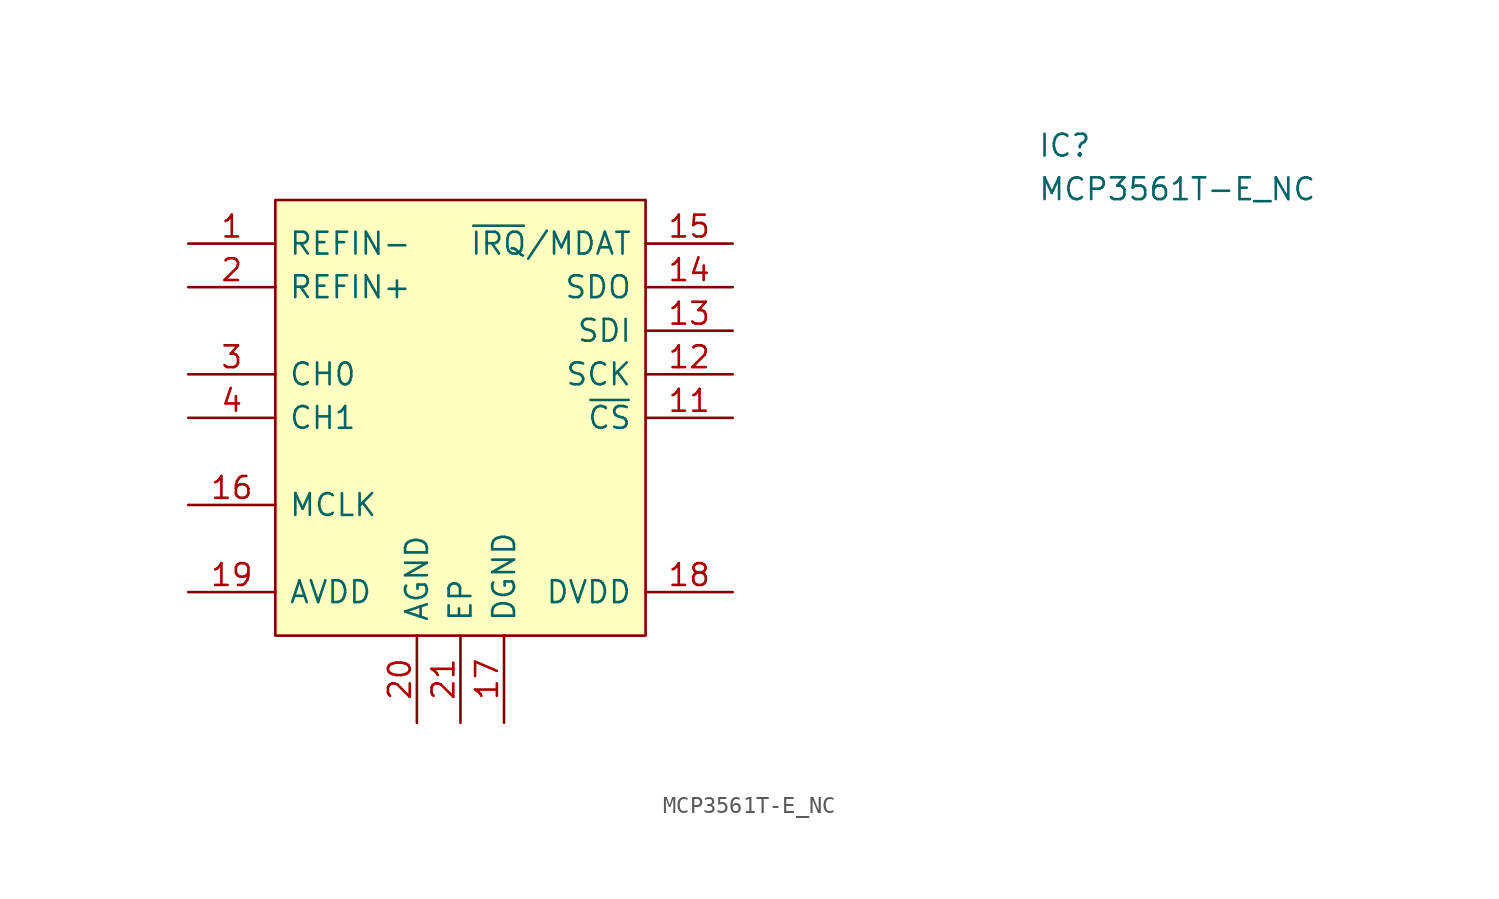
<source format=kicad_sym>
(kicad_symbol_lib
  (version 20211014)
  (generator kicad_symbol_editor)
  (symbol "MCP3561T-E_NC"
    (pin_names
      (offset 0.762))
    (property "Reference" "IC"
      (at 34.29 15.24 0)
      (effects (font (size 1.27 1.27)) (justify left)))
    (property "Value" "MCP3561T-E_NC"
      (at 34.29 12.7 0)
      (effects (font (size 1.27 1.27)) (justify left)))
    (symbol "MCP3561T-E_NC_0_0"
      (pin passive line (at -15.24 9.525 0) (length 5.08) (name "REFIN-" (effects (font (size 1.27 1.27)))) (number "1" (effects (font (size 1.27 1.27)))))
      (pin passive line (at 16.51 -0.635 180) (length 5.08) (name "~{CS}" (effects (font (size 1.27 1.27)))) (number "11" (effects (font (size 1.27 1.27)))))
      (pin passive line (at 16.51 1.905 180) (length 5.08) (name "SCK" (effects (font (size 1.27 1.27)))) (number "12" (effects (font (size 1.27 1.27)))))
      (pin passive line (at 16.51 4.445 180) (length 5.08) (name "SDI" (effects (font (size 1.27 1.27)))) (number "13" (effects (font (size 1.27 1.27)))))
      (pin passive line (at 16.51 6.985 180) (length 5.08) (name "SDO" (effects (font (size 1.27 1.27)))) (number "14" (effects (font (size 1.27 1.27)))))
      (pin passive line (at 16.51 9.525 180) (length 5.08) (name "~{IRQ}/MDAT" (effects (font (size 1.27 1.27)))) (number "15" (effects (font (size 1.27 1.27)))))
      (pin passive line (at -15.24 -5.715 0) (length 5.08) (name "MCLK" (effects (font (size 1.27 1.27)))) (number "16" (effects (font (size 1.27 1.27)))))
      (pin passive line (at 3.175 -18.415 90) (length 5.08) (name "DGND" (effects (font (size 1.27 1.27)))) (number "17" (effects (font (size 1.27 1.27)))))
      (pin passive line (at 16.51 -10.795 180) (length 5.08) (name "DVDD" (effects (font (size 1.27 1.27)))) (number "18" (effects (font (size 1.27 1.27)))))
      (pin passive line (at -15.24 -10.795 0) (length 5.08) (name "AVDD" (effects (font (size 1.27 1.27)))) (number "19" (effects (font (size 1.27 1.27)))))
      (pin passive line (at -15.24 6.985 0) (length 5.08) (name "REFIN+" (effects (font (size 1.27 1.27)))) (number "2" (effects (font (size 1.27 1.27)))))
      (pin passive line (at -1.905 -18.415 90) (length 5.08) (name "AGND" (effects (font (size 1.27 1.27)))) (number "20" (effects (font (size 1.27 1.27)))))
      (pin passive line (at 0.635 -18.415 90) (length 5.08) (name "EP" (effects (font (size 1.27 1.27)))) (number "21" (effects (font (size 1.27 1.27)))))
      (pin passive line (at -15.24 1.905 0) (length 5.08) (name "CH0" (effects (font (size 1.27 1.27)))) (number "3" (effects (font (size 1.27 1.27)))))
      (pin passive line (at -15.24 -0.635 0) (length 5.08) (name "CH1" (effects (font (size 1.27 1.27)))) (number "4" (effects (font (size 1.27 1.27))))))
    (symbol "MCP3561T-E_NC_0_1"
      (polyline (pts (xy -10.16 12.065) (xy 11.43 12.065) (xy 11.43 -13.335) (xy -10.16 -13.335) (xy -10.16 12.065)) (stroke (width 0.152) (type default) (color 0 0 0 0)) (fill (type background))))))
</source>
